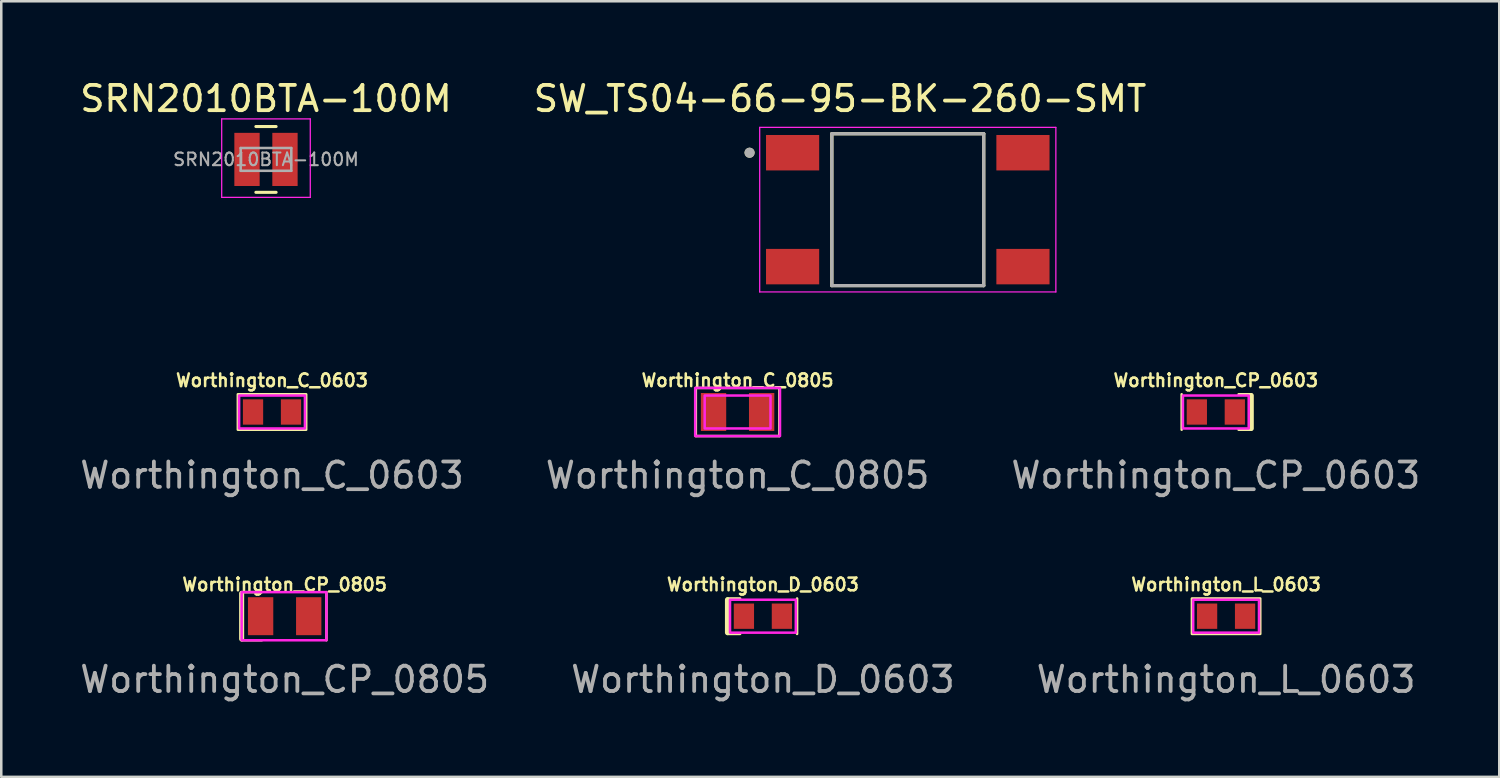
<source format=kicad_pcb>
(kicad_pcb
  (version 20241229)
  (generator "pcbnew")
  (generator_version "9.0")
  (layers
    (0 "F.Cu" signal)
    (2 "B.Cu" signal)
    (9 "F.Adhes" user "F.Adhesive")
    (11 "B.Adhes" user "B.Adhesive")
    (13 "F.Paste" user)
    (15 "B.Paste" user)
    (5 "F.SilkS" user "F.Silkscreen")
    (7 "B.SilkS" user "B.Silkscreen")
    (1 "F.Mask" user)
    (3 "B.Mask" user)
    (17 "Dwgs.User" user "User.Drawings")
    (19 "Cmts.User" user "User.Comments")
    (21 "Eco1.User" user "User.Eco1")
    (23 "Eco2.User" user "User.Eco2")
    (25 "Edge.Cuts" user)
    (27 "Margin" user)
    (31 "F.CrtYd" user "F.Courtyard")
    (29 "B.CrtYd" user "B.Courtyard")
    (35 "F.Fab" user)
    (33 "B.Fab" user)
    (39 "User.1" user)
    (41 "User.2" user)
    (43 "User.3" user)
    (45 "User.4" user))
  (footprint "SW_TS04-66-95-BK-260-SMT"
    (layer "F.Cu")
    (at 32.812 5.233)
    (property "Reference" "SW_TS04-66-95-BK-260-SMT" (at -2.675 -4.385 0) (layer "F.SilkS") (effects (font (size 1 1) (thickness 0.15))))
    (attr smd)
    (fp_line (start -3 -3) (end -3 3) (stroke (width 0.127) (type solid)) (layer "F.SilkS"))
    (fp_line (start -3 3) (end 3 3) (stroke (width 0.127) (type solid)) (layer "F.SilkS"))
    (fp_line (start 3 -3) (end -3 -3) (stroke (width 0.127) (type solid)) (layer "F.SilkS"))
    (fp_line (start 3 3) (end 3 -3) (stroke (width 0.127) (type solid)) (layer "F.SilkS"))
    (fp_circle (center -6.25 -2.25) (end -6.15 -2.25) (stroke (width 0.2) (type solid)) (fill no) (layer "F.SilkS"))
    (fp_line (start -5.85 -3.25) (end -5.85 3.25) (stroke (width 0.05) (type solid)) (layer "F.CrtYd"))
    (fp_line (start -5.85 3.25) (end 5.85 3.25) (stroke (width 0.05) (type solid)) (layer "F.CrtYd"))
    (fp_line (start 5.85 -3.25) (end -5.85 -3.25) (stroke (width 0.05) (type solid)) (layer "F.CrtYd"))
    (fp_line (start 5.85 3.25) (end 5.85 -3.25) (stroke (width 0.05) (type solid)) (layer "F.CrtYd"))
    (fp_line (start -3 -3) (end -3 3) (stroke (width 0.127) (type solid)) (layer "F.Fab"))
    (fp_line (start -3 3) (end 3 3) (stroke (width 0.127) (type solid)) (layer "F.Fab"))
    (fp_line (start 3 -3) (end -3 -3) (stroke (width 0.127) (type solid)) (layer "F.Fab"))
    (fp_line (start 3 3) (end 3 -3) (stroke (width 0.127) (type solid)) (layer "F.Fab"))
    (fp_circle (center -6.25 -2.25) (end -6.15 -2.25) (stroke (width 0.2) (type solid)) (fill no) (layer "F.Fab"))
    (pad "1" smd rect (at -4.55 -2.25) (size 2.1 1.4) (layers "F.Cu" "F.Mask" "F.Paste"))
    (pad "2" smd rect (at -4.55 2.25) (size 2.1 1.4) (layers "F.Cu" "F.Mask" "F.Paste"))
    (pad "3" smd rect (at 4.55 -2.25) (size 2.1 1.4) (layers "F.Cu" "F.Mask" "F.Paste"))
    (pad "4" smd rect (at 4.55 2.25) (size 2.1 1.4) (layers "F.Cu" "F.Mask" "F.Paste")))
  (footprint "Worthington_C_0603"
    (layer "F.Cu")
    (at 7.696 13.226)
    (property "Reference" "Worthington_C_0603" (at 0 -1.25 0) (unlocked yes) (layer "F.SilkS") (effects (font (size 0.5 0.5) (thickness 0.1))))
    (attr through_hole)
    (fp_rect (start -1.35 -0.7) (end 1.35 0.7) (stroke (width 0.1) (type solid)) (fill no) (layer "F.SilkS"))
    (fp_rect (start -1.3 -0.65) (end 1.3 0.65) (stroke (width 0.1) (type solid)) (fill no) (layer "F.CrtYd"))
    (fp_text user "${REFERENCE}" (at 0 2.5 0) (unlocked yes) (layer "F.Fab") (effects (font (size 1 1) (thickness 0.15))))
    (pad "1" smd rect (at -0.75 0) (size 0.8 1) (layers "F.Cu" "F.Mask" "F.Paste"))
    (pad "2" smd rect (at 0.75 0) (size 0.8 1) (layers "F.Cu" "F.Mask" "F.Paste")))
  (footprint "Worthington_CP_0603"
    (layer "F.Cu")
    (at 44.982 13.226)
    (property "Reference" "Worthington_CP_0603" (at 0 -1.25 0) (unlocked yes) (layer "F.SilkS") (effects (font (size 0.5 0.5) (thickness 0.1))))
    (attr through_hole)
    (fp_line (start -1.35 -0.7) (end -1.35 0.7) (stroke (width 0.1) (type default)) (layer "F.SilkS"))
    (fp_line (start 0.9 0.7) (end 1.4 0.7) (stroke (width 0.1) (type default)) (layer "F.SilkS"))
    (fp_line (start 1.4 -0.7) (end 0.9 -0.7) (stroke (width 0.1) (type default)) (layer "F.SilkS"))
    (fp_line (start 1.4 0.65) (end 1.4 -0.65) (stroke (width 0.2) (type solid)) (layer "F.SilkS"))
    (fp_rect (start -1.3 -0.65) (end 1.3 0.65) (stroke (width 0.1) (type solid)) (fill no) (layer "F.CrtYd"))
    (fp_text user "${REFERENCE}" (at 0 2.5 0) (unlocked yes) (layer "F.Fab") (effects (font (size 1 1) (thickness 0.15))))
    (pad "1" smd rect (at -0.75 0) (size 0.8 1) (layers "F.Cu" "F.Mask" "F.Paste"))
    (pad "2" smd rect (at 0.75 0) (size 0.8 1) (layers "F.Cu" "F.Mask" "F.Paste")))
  (footprint "Worthington_C_0805"
    (layer "F.Cu")
    (at 26.089 13.226)
    (property "Reference" "Worthington_C_0805" (at 0 -1.25 0) (unlocked yes) (layer "F.SilkS") (effects (font (size 0.5 0.5) (thickness 0.1))))
    (attr through_hole)
    (fp_line (start -1.65 0.95) (end -1.65 -0.95) (stroke (width 0.1) (type solid)) (layer "F.SilkS"))
    (fp_line (start 1.65 -0.95) (end -1.65 -0.95) (stroke (width 0.1) (type default)) (layer "F.SilkS"))
    (fp_line (start 1.65 -0.95) (end 1.65 0.95) (stroke (width 0.1) (type default)) (layer "F.SilkS"))
    (fp_line (start 1.65 0.95) (end -1.65 0.95) (stroke (width 0.1) (type default)) (layer "F.SilkS"))
    (fp_rect (start -1.675 -0.95) (end 1.675 0.95) (stroke (width 0.1) (type solid)) (fill no) (layer "F.CrtYd"))
    (fp_rect (start -1.3 -0.65) (end 1.3 0.65) (stroke (width 0.1) (type solid)) (fill no) (layer "F.CrtYd"))
    (fp_text user "${REFERENCE}" (at 0 2.5 0) (unlocked yes) (layer "F.Fab") (effects (font (size 1 1) (thickness 0.15))))
    (pad "1" smd rect (at -0.95 0) (size 1 1.5) (layers "F.Cu" "F.Mask" "F.Paste"))
    (pad "2" smd rect (at 0.95 0) (size 1 1.5) (layers "F.Cu" "F.Mask" "F.Paste")))
  (footprint "Worthington_L_0603"
    (layer "F.Cu")
    (at 45.387 21.293)
    (property "Reference" "Worthington_L_0603" (at 0 -1.25 0) (unlocked yes) (layer "F.SilkS") (effects (font (size 0.5 0.5) (thickness 0.1))))
    (attr through_hole)
    (fp_rect (start -1.35 -0.7) (end 1.35 0.7) (stroke (width 0.1) (type solid)) (fill no) (layer "F.SilkS"))
    (fp_rect (start -1.3 -0.65) (end 1.3 0.65) (stroke (width 0.1) (type solid)) (fill no) (layer "F.CrtYd"))
    (fp_text user "${REFERENCE}" (at 0 2.5 0) (unlocked yes) (layer "F.Fab") (effects (font (size 1 1) (thickness 0.15))))
    (pad "1" smd rect (at -0.75 0) (size 0.8 1) (layers "F.Cu" "F.Mask" "F.Paste"))
    (pad "2" smd rect (at 0.75 0) (size 0.8 1) (layers "F.Cu" "F.Mask" "F.Paste")))
  (footprint "Worthington_CP_0805"
    (layer "F.Cu")
    (at 8.196 21.293)
    (property "Reference" "Worthington_CP_0805" (at 0 -1.25 0) (unlocked yes) (layer "F.SilkS") (effects (font (size 0.5 0.5) (thickness 0.1))))
    (attr through_hole)
    (fp_line (start -1.7 -0.9) (end -1.7 0.9) (stroke (width 0.2) (type solid)) (layer "F.SilkS"))
    (fp_line (start -0.9 -0.95) (end -1.7 -0.95) (stroke (width 0.1) (type default)) (layer "F.SilkS"))
    (fp_line (start -0.9 0.95) (end -1.7 0.95) (stroke (width 0.1) (type default)) (layer "F.SilkS"))
    (fp_line (start 1.65 -0.95) (end 1.65 0.95) (stroke (width 0.1) (type default)) (layer "F.SilkS"))
    (fp_rect (start -1.7 -0.95) (end 1.65 0.95) (stroke (width 0.1) (type solid)) (fill no) (layer "F.CrtYd"))
    (fp_text user "${REFERENCE}" (at 0 2.5 0) (unlocked yes) (layer "F.Fab") (effects (font (size 1 1) (thickness 0.15))))
    (pad "1" smd rect (at -0.95 0) (size 1 1.5) (layers "F.Cu" "F.Mask" "F.Paste"))
    (pad "2" smd rect (at 0.95 0) (size 1 1.5) (layers "F.Cu" "F.Mask" "F.Paste")))
  (footprint "SRN2010BTA-100M"
    (layer "F.Cu")
    (at 7.458 3.248)
    (property "Reference" "SRN2010BTA-100M" (at 0 -2.4 0) (layer "F.SilkS") (effects (font (size 1 1) (thickness 0.15))))
    (attr smd)
    (fp_line (start -0.4 -1.3) (end 0.4 -1.3) (stroke (width 0.12) (type solid)) (layer "F.SilkS"))
    (fp_line (start -0.4 1.3) (end 0.4 1.3) (stroke (width 0.12) (type solid)) (layer "F.SilkS"))
    (fp_line (start -1.75 -1.6) (end 1.75 -1.6) (stroke (width 0.05) (type solid)) (layer "F.CrtYd"))
    (fp_line (start -1.75 1.5) (end -1.75 -1.6) (stroke (width 0.05) (type solid)) (layer "F.CrtYd"))
    (fp_line (start 1.75 -1.6) (end 1.75 1.5) (stroke (width 0.05) (type solid)) (layer "F.CrtYd"))
    (fp_line (start 1.75 1.5) (end -1.75 1.5) (stroke (width 0.05) (type solid)) (layer "F.CrtYd"))
    (fp_line (start -1 -0.45) (end 1 -0.45) (stroke (width 0.1) (type solid)) (layer "F.Fab"))
    (fp_line (start -1 0.45) (end -1 -0.45) (stroke (width 0.1) (type solid)) (layer "F.Fab"))
    (fp_line (start 1 -0.45) (end 1 0.45) (stroke (width 0.1) (type solid)) (layer "F.Fab"))
    (fp_line (start 1 0.45) (end -1 0.45) (stroke (width 0.1) (type solid)) (layer "F.Fab"))
    (fp_text user "${REFERENCE}" (at 0 0 0) (layer "F.Fab") (effects (font (size 0.5 0.5) (thickness 0.08))))
    (pad "1" smd rect (at -0.75 0) (size 1 2.1) (layers "F.Cu" "F.Mask" "F.Paste"))
    (pad "2" smd rect (at 0.75 0) (size 1 2.1) (layers "F.Cu" "F.Mask" "F.Paste")))
  (footprint "Worthington_D_0603"
    (layer "F.Cu")
    (at 27.089 21.293)
    (property "Reference" "Worthington_D_0603" (at 0 -1.25 0) (unlocked yes) (layer "F.SilkS") (effects (font (size 0.5 0.5) (thickness 0.1))))
    (attr through_hole)
    (fp_line (start -1.4 -0.65) (end -1.4 0.65) (stroke (width 0.2) (type solid)) (layer "F.SilkS"))
    (fp_line (start -1.4 0.7) (end -0.9 0.7) (stroke (width 0.1) (type default)) (layer "F.SilkS"))
    (fp_line (start -0.9 -0.7) (end -1.4 -0.7) (stroke (width 0.1) (type default)) (layer "F.SilkS"))
    (fp_line (start 1.35 0.7) (end 1.35 -0.7) (stroke (width 0.1) (type default)) (layer "F.SilkS"))
    (fp_rect (start -1.3 -0.65) (end 1.3 0.65) (stroke (width 0.1) (type solid)) (fill no) (layer "F.CrtYd"))
    (fp_text user "${REFERENCE}" (at 0 2.5 0) (unlocked yes) (layer "F.Fab") (effects (font (size 1 1) (thickness 0.15))))
    (pad "1" smd rect (at -0.75 0) (size 0.8 1) (layers "F.Cu" "F.Mask" "F.Paste"))
    (pad "2" smd rect (at 0.75 0) (size 0.8 1) (layers "F.Cu" "F.Mask" "F.Paste")))
  (gr_rect
    (start -3 -3)
    (end 56.179 27.641)
    (stroke (width 0.1) (type default))
    (fill no)
    (layer "Edge.Cuts")))
</source>
